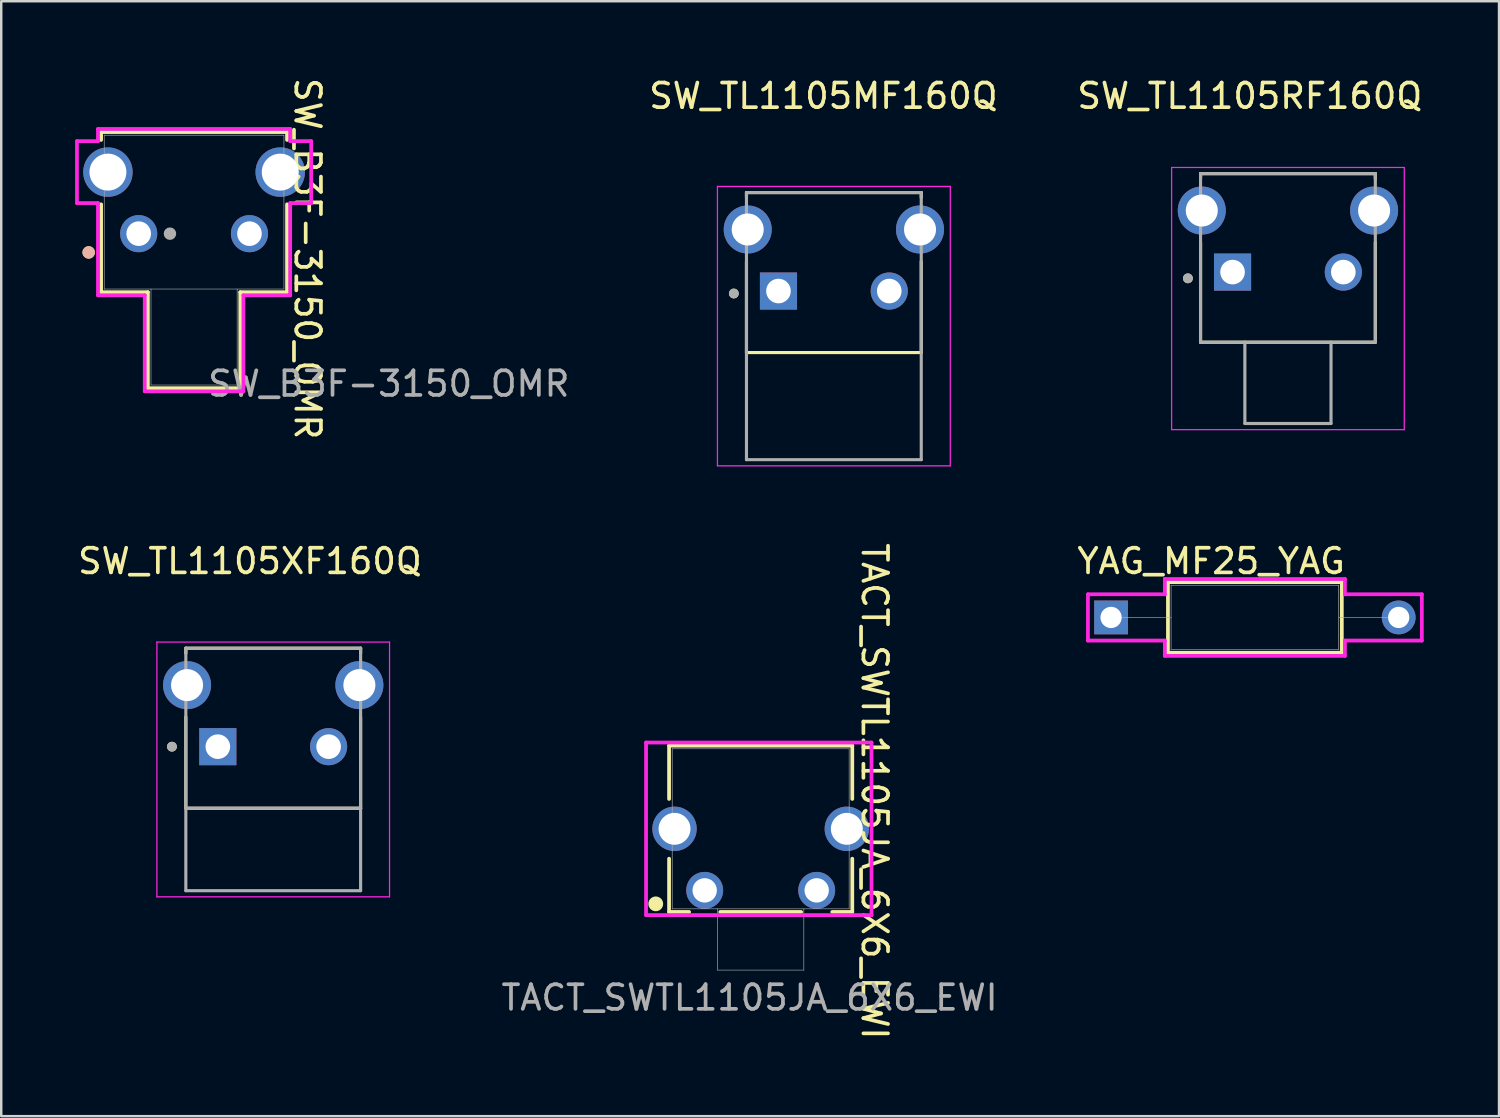
<source format=kicad_pcb>
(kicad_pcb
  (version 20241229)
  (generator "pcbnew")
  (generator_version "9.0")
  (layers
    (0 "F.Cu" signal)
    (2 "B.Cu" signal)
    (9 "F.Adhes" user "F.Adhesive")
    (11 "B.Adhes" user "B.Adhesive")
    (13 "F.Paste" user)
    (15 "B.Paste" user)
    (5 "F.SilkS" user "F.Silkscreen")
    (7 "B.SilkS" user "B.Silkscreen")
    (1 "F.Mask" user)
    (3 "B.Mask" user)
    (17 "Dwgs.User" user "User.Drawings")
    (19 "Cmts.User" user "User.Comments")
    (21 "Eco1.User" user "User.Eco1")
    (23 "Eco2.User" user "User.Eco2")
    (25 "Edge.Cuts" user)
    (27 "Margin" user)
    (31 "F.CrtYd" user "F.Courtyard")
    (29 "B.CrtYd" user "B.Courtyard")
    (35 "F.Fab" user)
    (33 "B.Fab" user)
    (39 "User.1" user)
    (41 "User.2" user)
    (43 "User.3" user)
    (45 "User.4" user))
  (footprint "SW_TL1105RF160Q"
    (layer "F.Cu")
    (at 49.27 8.003)
    (property "Reference" "SW_TL1105RF160Q" (at -1.55 -7.155 0) (layer "F.SilkS") (effects (font (size 1 1) (thickness 0.15))))
    (attr through_hole)
    (fp_line (start -3.55 -4) (end -3.55 -3.795) (stroke (width 0.127) (type solid)) (layer "F.SilkS"))
    (fp_line (start -3.55 2.85) (end -3.55 -1.205) (stroke (width 0.127) (type solid)) (layer "F.SilkS"))
    (fp_line (start -3.55 2.85) (end 3.55 2.85) (stroke (width 0.127) (type solid)) (layer "F.SilkS"))
    (fp_line (start 3.55 -4) (end -3.55 -4) (stroke (width 0.127) (type solid)) (layer "F.SilkS"))
    (fp_line (start 3.55 -3.795) (end 3.55 -4) (stroke (width 0.127) (type solid)) (layer "F.SilkS"))
    (fp_line (start 3.55 2.85) (end 3.55 -1.205) (stroke (width 0.127) (type solid)) (layer "F.SilkS"))
    (fp_circle (center -4.064 0.254) (end -3.964 0.254) (stroke (width 0.2) (type solid)) (fill no) (layer "F.SilkS"))
    (fp_line (start -4.725 -4.25) (end -4.725 6.4) (stroke (width 0.05) (type solid)) (layer "F.CrtYd"))
    (fp_line (start -4.725 6.4) (end 4.725 6.4) (stroke (width 0.05) (type solid)) (layer "F.CrtYd"))
    (fp_line (start 4.725 -4.25) (end -4.725 -4.25) (stroke (width 0.05) (type solid)) (layer "F.CrtYd"))
    (fp_line (start 4.725 6.4) (end 4.725 -4.25) (stroke (width 0.05) (type solid)) (layer "F.CrtYd"))
    (fp_line (start -3.55 -4) (end -3.55 2.85) (stroke (width 0.127) (type solid)) (layer "F.Fab"))
    (fp_line (start -3.55 2.85) (end -1.75 2.85) (stroke (width 0.127) (type solid)) (layer "F.Fab"))
    (fp_line (start -1.75 2.85) (end -1.75 6.15) (stroke (width 0.127) (type solid)) (layer "F.Fab"))
    (fp_line (start -1.75 2.85) (end 1.75 2.85) (stroke (width 0.127) (type solid)) (layer "F.Fab"))
    (fp_line (start -1.75 6.15) (end 1.75 6.15) (stroke (width 0.127) (type solid)) (layer "F.Fab"))
    (fp_line (start 1.75 2.85) (end 3.55 2.85) (stroke (width 0.127) (type solid)) (layer "F.Fab"))
    (fp_line (start 1.75 6.15) (end 1.75 2.85) (stroke (width 0.127) (type solid)) (layer "F.Fab"))
    (fp_line (start 3.55 -4) (end -3.55 -4) (stroke (width 0.127) (type solid)) (layer "F.Fab"))
    (fp_line (start 3.55 2.85) (end 3.55 -4) (stroke (width 0.127) (type solid)) (layer "F.Fab"))
    (fp_circle (center -4.064 0.254) (end -3.964 0.254) (stroke (width 0.2) (type solid)) (fill no) (layer "F.Fab"))
    (pad "1" thru_hole rect (at -2.25 0) (size 1.508 1.508) (drill 1) (layers "*.Cu" "*.Mask"))
    (pad "2" thru_hole circle (at 2.25 0) (size 1.508 1.508) (drill 1) (layers "*.Cu" "*.Mask"))
    (pad "SH1" thru_hole circle (at -3.5 -2.5) (size 1.95 1.95) (drill 1.3) (layers "*.Cu" "*.Mask"))
    (pad "SH2" thru_hole circle (at 3.5 -2.5) (size 1.95 1.95) (drill 1.3) (layers "*.Cu" "*.Mask")))
  (footprint "TACT_SWTL1105JA_6X6_EWI"
    (layer "F.Cu")
    (at 24.351 30.619)
    (property "Reference" "TACT_SWTL1105JA_6X6_EWI" (at 8.128 -1.524 270) (unlocked yes) (layer "F.SilkS") (effects (font (size 1 1) (thickness 0.15))))
    (attr through_hole)
    (fp_line (start -0.221 -3.378) (end -0.221 -1.214) (stroke (width 0.152) (type solid)) (layer "F.SilkS"))
    (fp_line (start -0.221 1.214) (end -0.221 3.378) (stroke (width 0.152) (type solid)) (layer "F.SilkS"))
    (fp_line (start 0.593 3.378) (end -0.221 3.378) (stroke (width 0.152) (type solid)) (layer "F.SilkS"))
    (fp_line (start 5.143 3.378) (end 1.857 3.378) (stroke (width 0.152) (type solid)) (layer "F.SilkS"))
    (fp_line (start 7.221 -3.378) (end -0.221 -3.378) (stroke (width 0.152) (type solid)) (layer "F.SilkS"))
    (fp_line (start 7.221 -3.378) (end 7.221 -1.214) (stroke (width 0.152) (type solid)) (layer "F.SilkS"))
    (fp_line (start 7.221 1.214) (end 7.221 3.378) (stroke (width 0.152) (type solid)) (layer "F.SilkS"))
    (fp_line (start 7.221 3.378) (end 6.407 3.378) (stroke (width 0.152) (type solid)) (layer "F.SilkS"))
    (fp_circle (center -0.762 3.048) (end -0.512 3.048) (stroke (width 0.1) (type solid)) (fill yes) (layer "F.SilkS"))
    (fp_line (start -1.156 -3.505) (end -1.156 3.505) (stroke (width 0.152) (type solid)) (layer "F.CrtYd"))
    (fp_line (start -1.156 3.505) (end 8.003 3.505) (stroke (width 0.152) (type solid)) (layer "F.CrtYd"))
    (fp_line (start 8.003 -3.505) (end -1.156 -3.505) (stroke (width 0.152) (type solid)) (layer "F.CrtYd"))
    (fp_line (start 8.003 3.505) (end 8.003 -3.505) (stroke (width 0.152) (type solid)) (layer "F.CrtYd"))
    (fp_line (start -0.094 -3.251) (end -0.094 3.251) (stroke (width 0.025) (type solid)) (layer "F.Fab"))
    (fp_line (start 1.747 3.251) (end 1.747 5.74) (stroke (width 0.025) (type solid)) (layer "F.Fab"))
    (fp_line (start 1.747 5.74) (end 5.253 5.74) (stroke (width 0.025) (type solid)) (layer "F.Fab"))
    (fp_line (start 5.253 5.74) (end 5.253 3.251) (stroke (width 0.025) (type solid)) (layer "F.Fab"))
    (fp_line (start 7.094 -3.251) (end -0.094 -3.251) (stroke (width 0.025) (type solid)) (layer "F.Fab"))
    (fp_line (start 7.094 -3.251) (end 7.094 3.251) (stroke (width 0.025) (type solid)) (layer "F.Fab"))
    (fp_line (start 7.094 3.251) (end -0.094 3.251) (stroke (width 0.025) (type solid)) (layer "F.Fab"))
    (fp_text user "${REFERENCE}" (at 3.048 6.858 0) (unlocked yes) (layer "F.Fab") (effects (font (size 1 1) (thickness 0.15))))
    (pad "1" thru_hole circle (at 1.225 2.5) (size 1.499 1.499) (drill 0.991) (layers "*.Cu" "*.Mask"))
    (pad "2" thru_hole circle (at 5.775 2.5) (size 1.499 1.499) (drill 0.991) (layers "*.Cu" "*.Mask"))
    (pad "3" thru_hole circle (at 0.000001 0) (size 1.803 1.803) (drill 1.295) (layers "*.Cu" "*.Mask"))
    (pad "4" thru_hole circle (at 7 0) (size 1.803 1.803) (drill 1.295) (layers "*.Cu" "*.Mask")))
  (footprint "YAG_MF25_YAG"
    (layer "F.Cu")
    (at 42.085 22.032)
    (property "Reference" "YAG_MF25_YAG" (at 4.064 -2.286 0) (unlocked yes) (layer "F.SilkS") (effects (font (size 1 1) (thickness 0.15))))
    (attr through_hole)
    (fp_line (start 2.311 -1.435) (end 2.311 1.435) (stroke (width 0.152) (type solid)) (layer "F.SilkS"))
    (fp_line (start 2.311 1.435) (end 9.373 1.435) (stroke (width 0.152) (type solid)) (layer "F.SilkS"))
    (fp_line (start 9.373 -1.435) (end 2.311 -1.435) (stroke (width 0.152) (type solid)) (layer "F.SilkS"))
    (fp_line (start 9.373 1.435) (end 9.373 -1.435) (stroke (width 0.152) (type solid)) (layer "F.SilkS"))
    (fp_line (start -0.94 -0.94) (end 2.184 -0.94) (stroke (width 0.152) (type solid)) (layer "F.CrtYd"))
    (fp_line (start -0.94 0.94) (end -0.94 -0.94) (stroke (width 0.152) (type solid)) (layer "F.CrtYd"))
    (fp_line (start 2.184 -1.562) (end 9.5 -1.562) (stroke (width 0.152) (type solid)) (layer "F.CrtYd"))
    (fp_line (start 2.184 -0.94) (end 2.184 -1.562) (stroke (width 0.152) (type solid)) (layer "F.CrtYd"))
    (fp_line (start 2.184 0.94) (end -0.94 0.94) (stroke (width 0.152) (type solid)) (layer "F.CrtYd"))
    (fp_line (start 2.184 1.562) (end 2.184 0.94) (stroke (width 0.152) (type solid)) (layer "F.CrtYd"))
    (fp_line (start 9.5 -1.562) (end 9.5 -0.94) (stroke (width 0.152) (type solid)) (layer "F.CrtYd"))
    (fp_line (start 9.5 -0.94) (end 12.624 -0.94) (stroke (width 0.152) (type solid)) (layer "F.CrtYd"))
    (fp_line (start 9.5 0.94) (end 9.5 1.562) (stroke (width 0.152) (type solid)) (layer "F.CrtYd"))
    (fp_line (start 9.5 1.562) (end 2.184 1.562) (stroke (width 0.152) (type solid)) (layer "F.CrtYd"))
    (fp_line (start 12.624 -0.94) (end 12.624 0.94) (stroke (width 0.152) (type solid)) (layer "F.CrtYd"))
    (fp_line (start 12.624 0.94) (end 9.5 0.94) (stroke (width 0.152) (type solid)) (layer "F.CrtYd"))
    (fp_line (start 0 0) (end 2.438 0) (stroke (width 0.025) (type solid)) (layer "F.Fab"))
    (fp_line (start 2.438 -1.308) (end 2.438 1.308) (stroke (width 0.025) (type solid)) (layer "F.Fab"))
    (fp_line (start 2.438 1.308) (end 9.246 1.308) (stroke (width 0.025) (type solid)) (layer "F.Fab"))
    (fp_line (start 9.246 -1.308) (end 2.438 -1.308) (stroke (width 0.025) (type solid)) (layer "F.Fab"))
    (fp_line (start 9.246 1.308) (end 9.246 -1.308) (stroke (width 0.025) (type solid)) (layer "F.Fab"))
    (fp_line (start 11.684 0) (end 9.246 0) (stroke (width 0.025) (type solid)) (layer "F.Fab"))
    (pad "1" thru_hole rect (at 0 0) (size 1.372 1.372) (drill 0.864) (layers "*.Cu" "*.Mask"))
    (pad "2" thru_hole circle (at 11.684 0) (size 1.372 1.372) (drill 0.864) (layers "*.Cu" "*.Mask")))
  (footprint "SW_TL1105MF160Q"
    (layer "F.Cu")
    (at 30.824 8.773)
    (property "Reference" "SW_TL1105MF160Q" (at -0.425 -7.925 0) (layer "F.SilkS") (effects (font (size 1 1) (thickness 0.15))))
    (attr through_hole)
    (fp_line (start -3.55 -4) (end -3.55 -3.8) (stroke (width 0.127) (type solid)) (layer "F.SilkS"))
    (fp_line (start -3.55 -4) (end 3.55 -4) (stroke (width 0.127) (type solid)) (layer "F.SilkS"))
    (fp_line (start -3.55 2.5) (end -3.55 -1.2) (stroke (width 0.127) (type solid)) (layer "F.SilkS"))
    (fp_line (start 3.55 -4) (end 3.55 -3.8) (stroke (width 0.127) (type solid)) (layer "F.SilkS"))
    (fp_line (start 3.55 2.5) (end -3.55 2.5) (stroke (width 0.127) (type solid)) (layer "F.SilkS"))
    (fp_line (start 3.55 2.5) (end 3.55 -1.2) (stroke (width 0.127) (type solid)) (layer "F.SilkS"))
    (fp_circle (center -4.064 0.1) (end -3.964 0.1) (stroke (width 0.2) (type solid)) (fill no) (layer "F.SilkS"))
    (fp_line (start -4.73 -4.25) (end 4.73 -4.25) (stroke (width 0.05) (type solid)) (layer "F.CrtYd"))
    (fp_line (start -4.73 7.1) (end -4.73 -4.25) (stroke (width 0.05) (type solid)) (layer "F.CrtYd"))
    (fp_line (start 4.73 -4.25) (end 4.73 7.1) (stroke (width 0.05) (type solid)) (layer "F.CrtYd"))
    (fp_line (start 4.73 7.1) (end -4.73 7.1) (stroke (width 0.05) (type solid)) (layer "F.CrtYd"))
    (fp_line (start -3.55 -4) (end 3.55 -4) (stroke (width 0.127) (type solid)) (layer "F.Fab"))
    (fp_line (start -3.55 6.85) (end -3.55 -4) (stroke (width 0.127) (type solid)) (layer "F.Fab"))
    (fp_line (start 3.55 -4) (end 3.55 6.85) (stroke (width 0.127) (type solid)) (layer "F.Fab"))
    (fp_line (start 3.55 6.85) (end -3.55 6.85) (stroke (width 0.127) (type solid)) (layer "F.Fab"))
    (fp_circle (center -4.064 0.1) (end -3.964 0.1) (stroke (width 0.2) (type solid)) (fill no) (layer "F.Fab"))
    (pad "1" thru_hole rect (at -2.25 0) (size 1.508 1.508) (drill 1) (layers "*.Cu" "*.Mask"))
    (pad "2" thru_hole circle (at 2.25 0) (size 1.508 1.508) (drill 1) (layers "*.Cu" "*.Mask"))
    (pad "SH1" thru_hole circle (at -3.5 -2.5) (size 1.95 1.95) (drill 1.3) (layers "*.Cu" "*.Mask"))
    (pad "SH2" thru_hole circle (at 3.5 -2.5) (size 1.95 1.95) (drill 1.3) (layers "*.Cu" "*.Mask")))
  (footprint "SW_TL1105XF160Q"
    (layer "F.Cu")
    (at 8.049 27.282)
    (property "Reference" "SW_TL1105XF160Q" (at -0.948 -7.536 0) (layer "F.SilkS") (effects (font (size 1 1) (thickness 0.15))))
    (attr through_hole)
    (fp_line (start -3.55 -4) (end -3.55 -3.795) (stroke (width 0.127) (type solid)) (layer "F.SilkS"))
    (fp_line (start -3.55 -4) (end 3.55 -4) (stroke (width 0.127) (type solid)) (layer "F.SilkS"))
    (fp_line (start -3.55 2.5) (end -3.55 -1.205) (stroke (width 0.127) (type solid)) (layer "F.SilkS"))
    (fp_line (start -3.55 2.5) (end 3.55 2.5) (stroke (width 0.127) (type solid)) (layer "F.SilkS"))
    (fp_line (start 3.55 -4) (end 3.55 -3.795) (stroke (width 0.127) (type solid)) (layer "F.SilkS"))
    (fp_line (start 3.55 2.5) (end 3.55 -1.205) (stroke (width 0.127) (type solid)) (layer "F.SilkS"))
    (fp_circle (center -4.115 0) (end -4.015 0) (stroke (width 0.2) (type solid)) (fill no) (layer "F.SilkS"))
    (fp_line (start -4.725 -4.25) (end -4.725 6.1) (stroke (width 0.05) (type solid)) (layer "F.CrtYd"))
    (fp_line (start -4.725 6.1) (end 4.725 6.1) (stroke (width 0.05) (type solid)) (layer "F.CrtYd"))
    (fp_line (start 4.725 -4.25) (end -4.725 -4.25) (stroke (width 0.05) (type solid)) (layer "F.CrtYd"))
    (fp_line (start 4.725 6.1) (end 4.725 -4.25) (stroke (width 0.05) (type solid)) (layer "F.CrtYd"))
    (fp_line (start -3.55 -4) (end -3.55 2.5) (stroke (width 0.127) (type solid)) (layer "F.Fab"))
    (fp_line (start -3.55 -4) (end 3.55 -4) (stroke (width 0.127) (type solid)) (layer "F.Fab"))
    (fp_line (start -3.55 2.5) (end -3.55 5.85) (stroke (width 0.127) (type solid)) (layer "F.Fab"))
    (fp_line (start -3.55 2.5) (end 3.55 2.5) (stroke (width 0.127) (type solid)) (layer "F.Fab"))
    (fp_line (start -3.55 5.85) (end 3.55 5.85) (stroke (width 0.127) (type solid)) (layer "F.Fab"))
    (fp_line (start 3.55 -4) (end 3.55 2.5) (stroke (width 0.127) (type solid)) (layer "F.Fab"))
    (fp_line (start 3.55 2.5) (end 3.55 5.85) (stroke (width 0.127) (type solid)) (layer "F.Fab"))
    (fp_circle (center -4.115 0) (end -4.015 0) (stroke (width 0.2) (type solid)) (fill no) (layer "F.Fab"))
    (pad "1" thru_hole rect (at -2.25 0) (size 1.508 1.508) (drill 1) (layers "*.Cu" "*.Mask"))
    (pad "2" thru_hole circle (at 2.25 0) (size 1.508 1.508) (drill 1) (layers "*.Cu" "*.Mask"))
    (pad "S1" thru_hole circle (at -3.5 -2.5) (size 1.95 1.95) (drill 1.3) (layers "*.Cu" "*.Mask"))
    (pad "S2" thru_hole circle (at 3.5 -2.5) (size 1.95 1.95) (drill 1.3) (layers "*.Cu" "*.Mask")))
  (footprint "SW_B3F-3150_OMR"
    (layer "F.Cu")
    (at 2.584 6.442)
    (property "Reference" "SW_B3F-3150_OMR" (at 6.858 1.016 270) (unlocked yes) (layer "F.SilkS") (effects (font (size 1 1) (thickness 0.15))))
    (attr through_hole)
    (fp_line (start -1.527 -4.127) (end 6.027 -4.127) (stroke (width 0.152) (type solid)) (layer "F.SilkS"))
    (fp_line (start -1.527 -3.808) (end -1.527 -4.127) (stroke (width 0.152) (type solid)) (layer "F.SilkS"))
    (fp_line (start -1.527 2.377) (end -1.527 -1.192) (stroke (width 0.152) (type solid)) (layer "F.SilkS"))
    (fp_line (start 0.373 2.377) (end -1.527 2.377) (stroke (width 0.152) (type solid)) (layer "F.SilkS"))
    (fp_line (start 0.373 6.277) (end 0.373 2.377) (stroke (width 0.152) (type solid)) (layer "F.SilkS"))
    (fp_line (start 4.127 2.377) (end 4.127 6.277) (stroke (width 0.152) (type solid)) (layer "F.SilkS"))
    (fp_line (start 4.127 6.277) (end 0.373 6.277) (stroke (width 0.152) (type solid)) (layer "F.SilkS"))
    (fp_line (start 6.027 -4.127) (end 6.027 -3.808) (stroke (width 0.152) (type solid)) (layer "F.SilkS"))
    (fp_line (start 6.027 -1.192) (end 6.027 2.377) (stroke (width 0.152) (type solid)) (layer "F.SilkS"))
    (fp_line (start 6.027 2.377) (end 4.127 2.377) (stroke (width 0.152) (type solid)) (layer "F.SilkS"))
    (fp_circle (center -2.032 0.762) (end -1.905 0.762) (stroke (width 0.254) (type solid)) (fill no) (layer "F.SilkS"))
    (fp_circle (center -2.032 0.762) (end -1.905 0.762) (stroke (width 0.254) (type solid)) (fill no) (layer "B.SilkS"))
    (fp_line (start -2.508 -3.758) (end -2.508 -1.242) (stroke (width 0.152) (type solid)) (layer "F.CrtYd"))
    (fp_line (start -2.508 -1.242) (end -1.654 -1.242) (stroke (width 0.152) (type solid)) (layer "F.CrtYd"))
    (fp_line (start -1.654 -4.254) (end -1.654 -3.758) (stroke (width 0.152) (type solid)) (layer "F.CrtYd"))
    (fp_line (start -1.654 -3.758) (end -2.508 -3.758) (stroke (width 0.152) (type solid)) (layer "F.CrtYd"))
    (fp_line (start -1.654 -1.242) (end -1.654 2.504) (stroke (width 0.152) (type solid)) (layer "F.CrtYd"))
    (fp_line (start -1.654 2.504) (end 0.246 2.504) (stroke (width 0.152) (type solid)) (layer "F.CrtYd"))
    (fp_line (start 0.246 2.504) (end 0.246 6.404) (stroke (width 0.152) (type solid)) (layer "F.CrtYd"))
    (fp_line (start 0.246 6.404) (end 4.254 6.404) (stroke (width 0.152) (type solid)) (layer "F.CrtYd"))
    (fp_line (start 4.254 2.504) (end 6.154 2.504) (stroke (width 0.152) (type solid)) (layer "F.CrtYd"))
    (fp_line (start 4.254 6.404) (end 4.254 2.504) (stroke (width 0.152) (type solid)) (layer "F.CrtYd"))
    (fp_line (start 6.154 -4.254) (end -1.654 -4.254) (stroke (width 0.152) (type solid)) (layer "F.CrtYd"))
    (fp_line (start 6.154 -3.758) (end 6.154 -4.254) (stroke (width 0.152) (type solid)) (layer "F.CrtYd"))
    (fp_line (start 6.154 -1.242) (end 7.008 -1.242) (stroke (width 0.152) (type solid)) (layer "F.CrtYd"))
    (fp_line (start 6.154 2.504) (end 6.154 -1.242) (stroke (width 0.152) (type solid)) (layer "F.CrtYd"))
    (fp_line (start 7.008 -3.758) (end 6.154 -3.758) (stroke (width 0.152) (type solid)) (layer "F.CrtYd"))
    (fp_line (start 7.008 -1.242) (end 7.008 -3.758) (stroke (width 0.152) (type solid)) (layer "F.CrtYd"))
    (fp_line (start -1.4 -4) (end -1.4 2.25) (stroke (width 0.025) (type solid)) (layer "F.Fab"))
    (fp_line (start 0.5 2.25) (end 0.5 6.15) (stroke (width 0.025) (type solid)) (layer "F.Fab"))
    (fp_line (start 0.5 6.15) (end 4 6.15) (stroke (width 0.025) (type solid)) (layer "F.Fab"))
    (fp_line (start 4 6.15) (end 4 2.25) (stroke (width 0.025) (type solid)) (layer "F.Fab"))
    (fp_line (start 5.9 -4) (end -1.4 -4) (stroke (width 0.025) (type solid)) (layer "F.Fab"))
    (fp_line (start 5.9 -4) (end 5.9 2.25) (stroke (width 0.025) (type solid)) (layer "F.Fab"))
    (fp_line (start 5.9 2.25) (end -1.4 2.25) (stroke (width 0.025) (type solid)) (layer "F.Fab"))
    (fp_circle (center 1.27 0) (end 1.397 0) (stroke (width 0.254) (type solid)) (fill no) (layer "F.Fab"))
    (fp_text user "${REFERENCE}" (at 10.16 6.096 0) (unlocked yes) (layer "F.Fab") (effects (font (size 1 1) (thickness 0.15))))
    (pad "1" thru_hole circle (at 0 0) (size 1.508 1.508) (drill 1) (layers "*.Cu" "*.Mask"))
    (pad "2" thru_hole circle (at 4.5 0) (size 1.508 1.508) (drill 1) (layers "*.Cu" "*.Mask"))
    (pad "3" thru_hole circle (at -1.25 -2.5) (size 2.008 2.008) (drill 1.5) (layers "*.Cu" "*.Mask"))
    (pad "4" thru_hole circle (at 5.75 -2.5) (size 2.008 2.008) (drill 1.5) (layers "*.Cu" "*.Mask")))
  (gr_rect
    (start -3 -3)
    (end 57.845 42.291)
    (stroke (width 0.1) (type default))
    (fill no)
    (layer "Edge.Cuts")))
</source>
